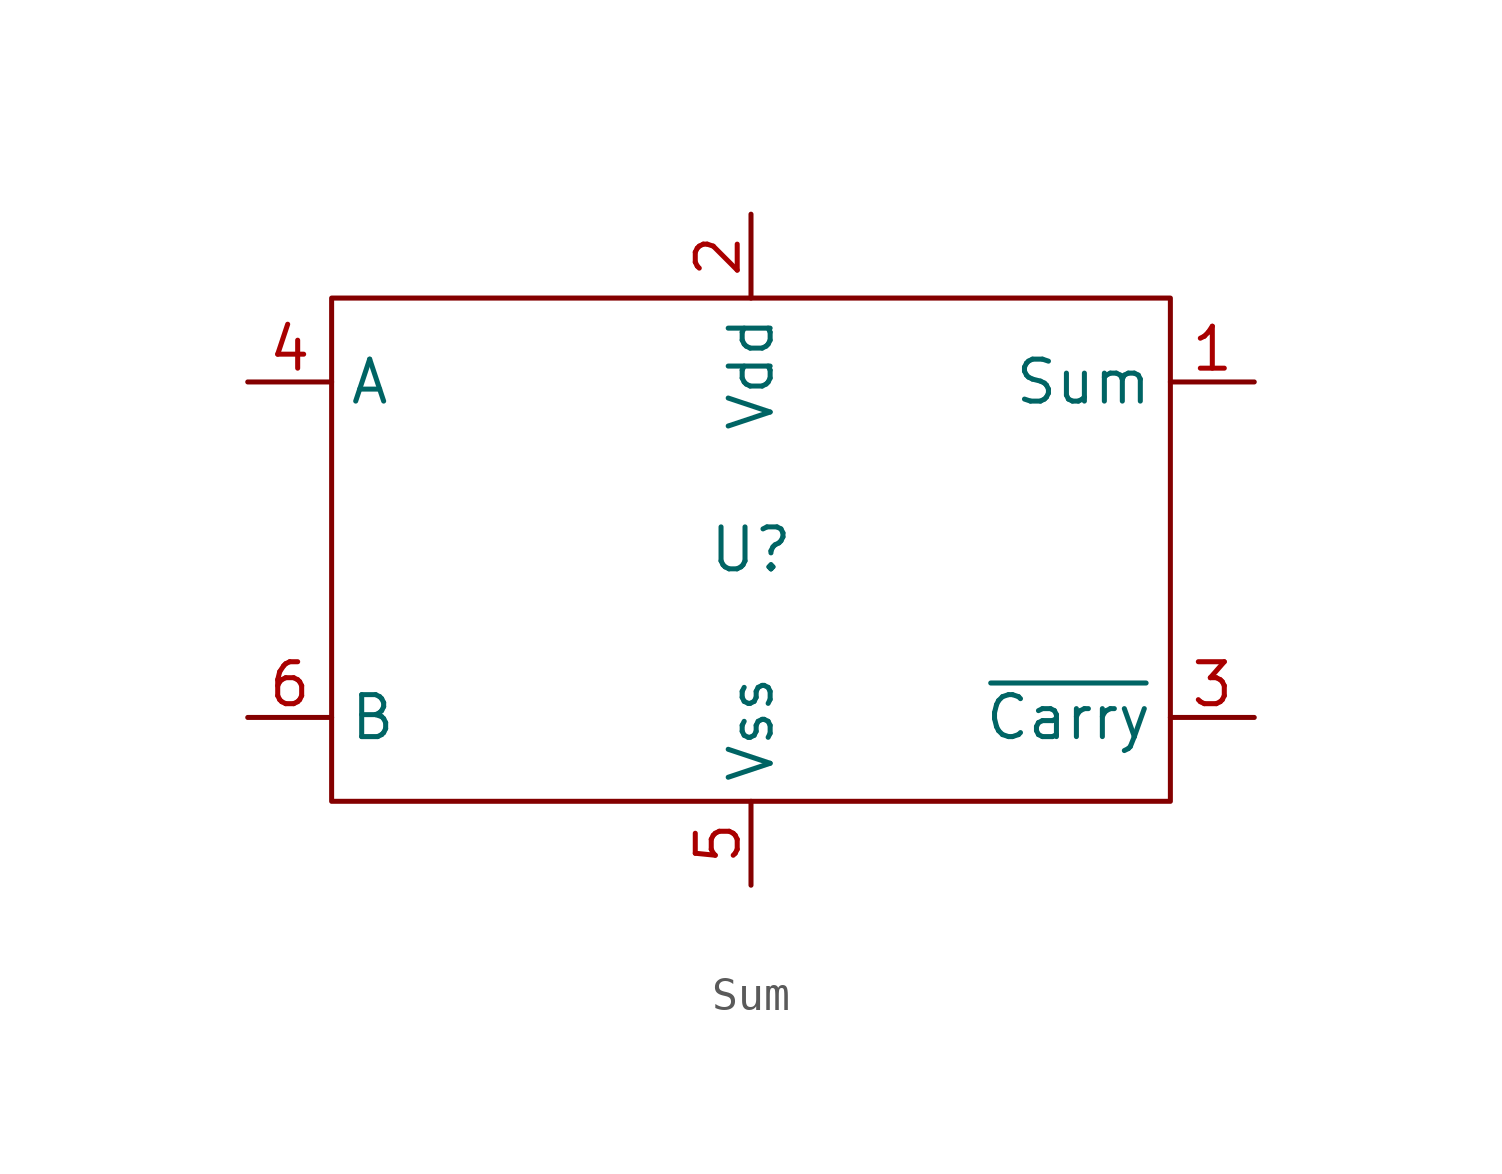
<source format=kicad_sym>
(kicad_symbol_lib
  (version 20211014)
  (generator kicad_symbol_editor)
  (symbol "Sum"
    (property "Reference" "U"
      (at 0 0 0)
      (effects (font (size 1.27 1.27))))
    (symbol "Sum_0_1"
      (rectangle (start -12.7 7.62) (end 12.7 -7.62) (stroke (width 0.152) (type default) (color 0 0 0 0)) (fill (type none))))
    (symbol "Sum_1_1"
      (pin output line (at 15.24 5.08 180) (length 2.54) (name "Sum" (effects (font (size 1.27 1.27)))) (number "1" (effects (font (size 1.27 1.27)))))
      (pin passive line (at 0 10.16 270) (length 2.54) (name "Vdd" (effects (font (size 1.27 1.27)))) (number "2" (effects (font (size 1.27 1.27)))))
      (pin output line (at 15.24 -5.08 180) (length 2.54) (name "~{Carry}" (effects (font (size 1.27 1.27)))) (number "3" (effects (font (size 1.27 1.27)))))
      (pin input line (at -15.24 5.08 0) (length 2.54) (name "A" (effects (font (size 1.27 1.27)))) (number "4" (effects (font (size 1.27 1.27)))))
      (pin passive line (at 0 -10.16 90) (length 2.54) (name "Vss" (effects (font (size 1.27 1.27)))) (number "5" (effects (font (size 1.27 1.27)))))
      (pin input line (at -15.24 -5.08 0) (length 2.54) (name "B" (effects (font (size 1.27 1.27)))) (number "6" (effects (font (size 1.27 1.27))))))))
</source>
